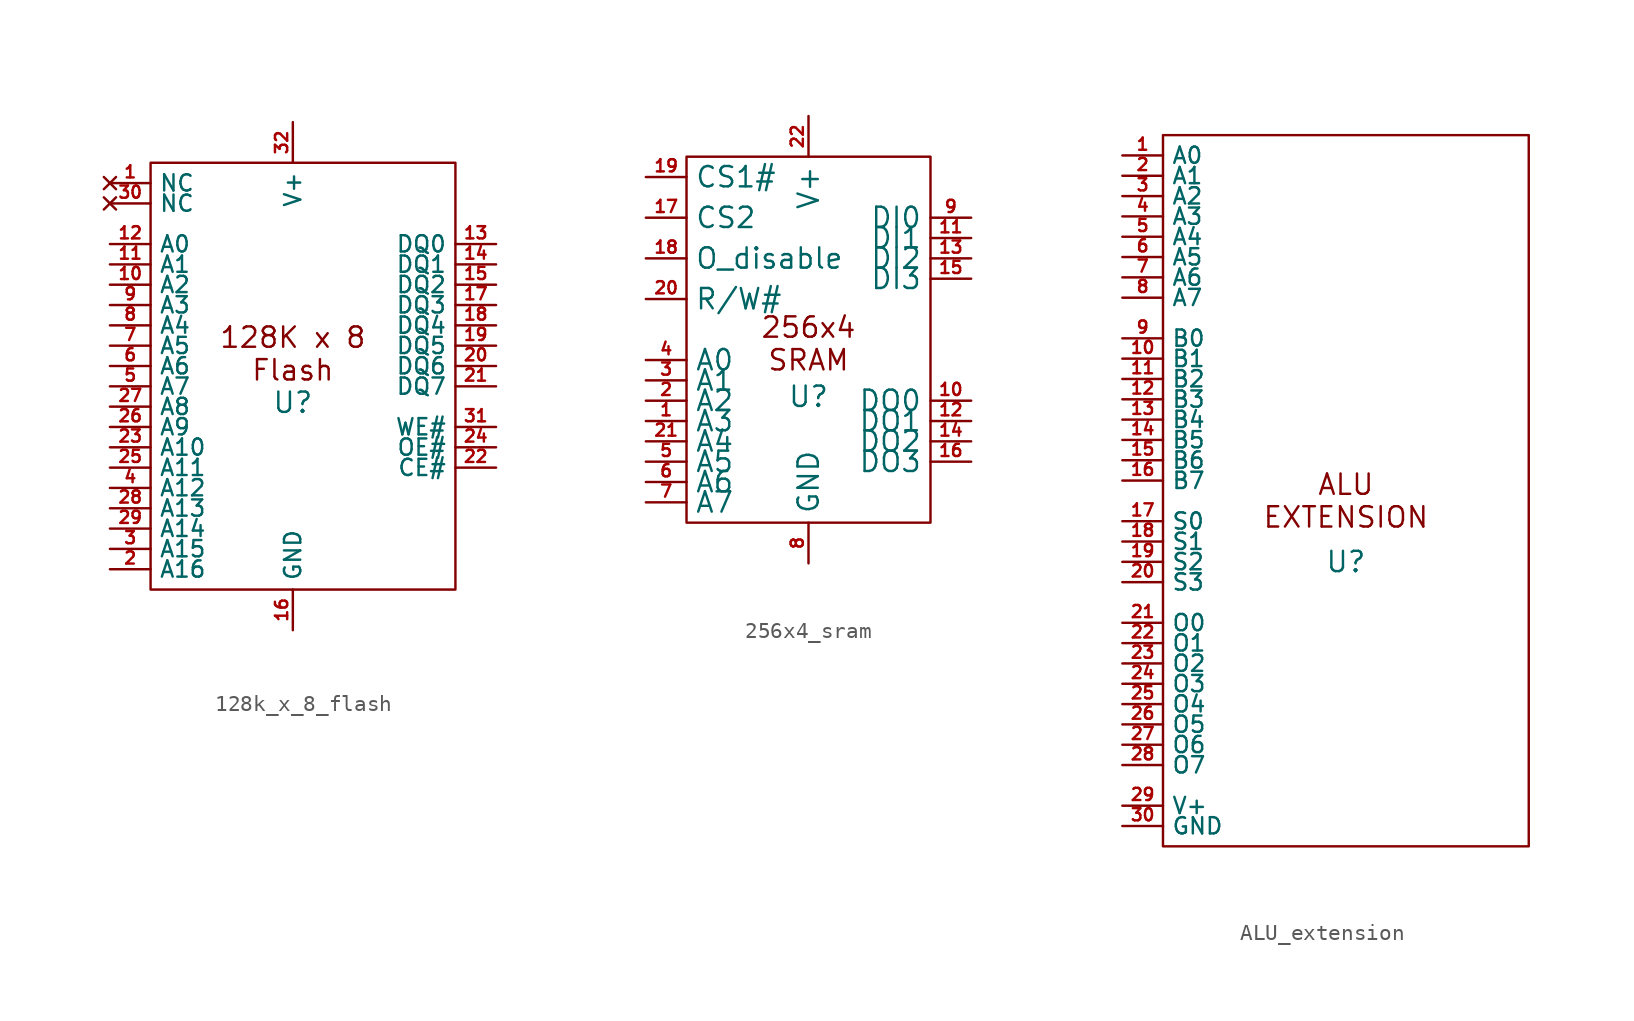
<source format=kicad_sym>
(kicad_symbol_lib
  (version 20231120)
  (generator "kicad_symbol_editor")
  (generator_version "8.0")
  (symbol "128k_x_8_flash"
    (property "Reference" "U"
      (at 0 -1.016 0)
      (effects (font (size 1.27 1.27))))
    (property "Value" ""
      (at -2.54 -3.81 0)
      (effects (font (size 1.27 1.27))))
    (symbol "128k_x_8_flash_0_1"
      (rectangle (start -8.89 13.97) (end 10.16 -12.7) (stroke (width 0) (type default)) (fill (type none))))
    (symbol "128k_x_8_flash_1_1"
      (text "128K x 8\nFlash" (at 0 2.032 0) (effects (font (size 1.27 1.27))))
      (pin no_connect line (at -11.43 12.7 0) (length 2.54) (name "NC" (effects (font (size 1.016 1.016)))) (number "1" (effects (font (size 0.762 0.762)))))
      (pin input line (at -11.43 6.35 0) (length 2.54) (name "A2" (effects (font (size 1.016 1.016)))) (number "10" (effects (font (size 0.762 0.762)))))
      (pin input line (at -11.43 7.62 0) (length 2.54) (name "A1" (effects (font (size 1.016 1.016)))) (number "11" (effects (font (size 0.762 0.762)))))
      (pin input line (at -11.43 8.89 0) (length 2.54) (name "A0" (effects (font (size 1.016 1.016)))) (number "12" (effects (font (size 0.762 0.762)))))
      (pin bidirectional line (at 12.7 8.89 180) (length 2.54) (name "DQ0" (effects (font (size 1.016 1.016)))) (number "13" (effects (font (size 0.762 0.762)))))
      (pin bidirectional line (at 12.7 7.62 180) (length 2.54) (name "DQ1" (effects (font (size 1.016 1.016)))) (number "14" (effects (font (size 0.762 0.762)))))
      (pin bidirectional line (at 12.7 6.35 180) (length 2.54) (name "DQ2" (effects (font (size 1.016 1.016)))) (number "15" (effects (font (size 0.762 0.762)))))
      (pin power_in line (at 0 -15.24 90) (length 2.54) (name "GND" (effects (font (size 1.016 1.016)))) (number "16" (effects (font (size 0.762 0.762)))))
      (pin bidirectional line (at 12.7 5.08 180) (length 2.54) (name "DQ3" (effects (font (size 1.016 1.016)))) (number "17" (effects (font (size 0.762 0.762)))))
      (pin bidirectional line (at 12.7 3.81 180) (length 2.54) (name "DQ4" (effects (font (size 1.016 1.016)))) (number "18" (effects (font (size 0.762 0.762)))))
      (pin bidirectional line (at 12.7 2.54 180) (length 2.54) (name "DQ5" (effects (font (size 1.016 1.016)))) (number "19" (effects (font (size 0.762 0.762)))))
      (pin input line (at -11.43 -11.43 0) (length 2.54) (name "A16" (effects (font (size 1.016 1.016)))) (number "2" (effects (font (size 0.762 0.762)))))
      (pin bidirectional line (at 12.7 1.27 180) (length 2.54) (name "DQ6" (effects (font (size 1.016 1.016)))) (number "20" (effects (font (size 0.762 0.762)))))
      (pin bidirectional line (at 12.7 0 180) (length 2.54) (name "DQ7" (effects (font (size 1.016 1.016)))) (number "21" (effects (font (size 0.762 0.762)))))
      (pin input line (at 12.7 -5.08 180) (length 2.54) (name "CE#" (effects (font (size 1.016 1.016)))) (number "22" (effects (font (size 0.762 0.762)))))
      (pin input line (at -11.43 -3.81 0) (length 2.54) (name "A10" (effects (font (size 1.016 1.016)))) (number "23" (effects (font (size 0.762 0.762)))))
      (pin input line (at 12.7 -3.81 180) (length 2.54) (name "OE#" (effects (font (size 1.016 1.016)))) (number "24" (effects (font (size 0.762 0.762)))))
      (pin input line (at -11.43 -5.08 0) (length 2.54) (name "A11" (effects (font (size 1.016 1.016)))) (number "25" (effects (font (size 0.762 0.762)))))
      (pin input line (at -11.43 -2.54 0) (length 2.54) (name "A9" (effects (font (size 1.016 1.016)))) (number "26" (effects (font (size 0.762 0.762)))))
      (pin input line (at -11.43 -1.27 0) (length 2.54) (name "A8" (effects (font (size 1.016 1.016)))) (number "27" (effects (font (size 0.762 0.762)))))
      (pin input line (at -11.43 -7.62 0) (length 2.54) (name "A13" (effects (font (size 1.016 1.016)))) (number "28" (effects (font (size 0.762 0.762)))))
      (pin input line (at -11.43 -8.89 0) (length 2.54) (name "A14" (effects (font (size 1.016 1.016)))) (number "29" (effects (font (size 0.762 0.762)))))
      (pin input line (at -11.43 -10.16 0) (length 2.54) (name "A15" (effects (font (size 1.016 1.016)))) (number "3" (effects (font (size 0.762 0.762)))))
      (pin no_connect line (at -11.43 11.43 0) (length 2.54) (name "NC" (effects (font (size 1.016 1.016)))) (number "30" (effects (font (size 0.762 0.762)))))
      (pin input line (at 12.7 -2.54 180) (length 2.54) (name "WE#" (effects (font (size 1.016 1.016)))) (number "31" (effects (font (size 0.762 0.762)))))
      (pin power_in line (at 0 16.51 270) (length 2.54) (name "V+" (effects (font (size 1.016 1.016)))) (number "32" (effects (font (size 0.762 0.762)))))
      (pin input line (at -11.43 -6.35 0) (length 2.54) (name "A12" (effects (font (size 1.016 1.016)))) (number "4" (effects (font (size 0.762 0.762)))))
      (pin input line (at -11.43 0 0) (length 2.54) (name "A7" (effects (font (size 1.016 1.016)))) (number "5" (effects (font (size 0.762 0.762)))))
      (pin input line (at -11.43 1.27 0) (length 2.54) (name "A6" (effects (font (size 1.016 1.016)))) (number "6" (effects (font (size 0.762 0.762)))))
      (pin input line (at -11.43 2.54 0) (length 2.54) (name "A5" (effects (font (size 1.016 1.016)))) (number "7" (effects (font (size 0.762 0.762)))))
      (pin input line (at -11.43 3.81 0) (length 2.54) (name "A4" (effects (font (size 1.016 1.016)))) (number "8" (effects (font (size 0.762 0.762)))))
      (pin input line (at -11.43 5.08 0) (length 2.54) (name "A3" (effects (font (size 1.016 1.016)))) (number "9" (effects (font (size 0.762 0.762)))))))
  (symbol "256x4_sram"
    (property "Reference" "U"
      (at 0 -3.556 0)
      (effects (font (size 1.27 1.27))))
    (property "Value" ""
      (at 0 -11.43 0)
      (effects (font (size 1.27 1.27))))
    (symbol "256x4_sram_0_1"
      (rectangle (start -7.62 11.43) (end 7.62 -11.43) (stroke (width 0) (type default)) (fill (type none))))
    (symbol "256x4_sram_1_1"
      (text "256x4\nSRAM" (at 0 -0.254 0) (effects (font (size 1.27 1.27))))
      (pin input line (at -10.16 -5.08 0) (length 2.54) (name "A3" (effects (font (size 1.27 1.27)))) (number "1" (effects (font (size 0.762 0.762)))))
      (pin output line (at 10.16 -3.81 180) (length 2.54) (name "DO0" (effects (font (size 1.27 1.27)))) (number "10" (effects (font (size 0.762 0.762)))))
      (pin input line (at 10.16 6.35 180) (length 2.54) (name "DI1" (effects (font (size 1.27 1.27)))) (number "11" (effects (font (size 0.762 0.762)))))
      (pin output line (at 10.16 -5.08 180) (length 2.54) (name "DO1" (effects (font (size 1.27 1.27)))) (number "12" (effects (font (size 0.762 0.762)))))
      (pin input line (at 10.16 5.08 180) (length 2.54) (name "DI2" (effects (font (size 1.27 1.27)))) (number "13" (effects (font (size 0.762 0.762)))))
      (pin output line (at 10.16 -6.35 180) (length 2.54) (name "DO2" (effects (font (size 1.27 1.27)))) (number "14" (effects (font (size 0.762 0.762)))))
      (pin input line (at 10.16 3.81 180) (length 2.54) (name "DI3" (effects (font (size 1.27 1.27)))) (number "15" (effects (font (size 0.762 0.762)))))
      (pin output line (at 10.16 -7.62 180) (length 2.54) (name "DO3" (effects (font (size 1.27 1.27)))) (number "16" (effects (font (size 0.762 0.762)))))
      (pin input line (at -10.16 7.62 0) (length 2.54) (name "CS2" (effects (font (size 1.27 1.27)))) (number "17" (effects (font (size 0.762 0.762)))))
      (pin input line (at -10.16 5.08 0) (length 2.54) (name "O_disable" (effects (font (size 1.27 1.27)))) (number "18" (effects (font (size 0.762 0.762)))))
      (pin input line (at -10.16 10.16 0) (length 2.54) (name "CS1#" (effects (font (size 1.27 1.27)))) (number "19" (effects (font (size 0.762 0.762)))))
      (pin input line (at -10.16 -3.81 0) (length 2.54) (name "A2" (effects (font (size 1.27 1.27)))) (number "2" (effects (font (size 0.762 0.762)))))
      (pin input line (at -10.16 2.54 0) (length 2.54) (name "R/W#" (effects (font (size 1.27 1.27)))) (number "20" (effects (font (size 0.762 0.762)))))
      (pin input line (at -10.16 -6.35 0) (length 2.54) (name "A4" (effects (font (size 1.27 1.27)))) (number "21" (effects (font (size 0.762 0.762)))))
      (pin power_in line (at 0 13.97 270) (length 2.54) (name "V+" (effects (font (size 1.27 1.27)))) (number "22" (effects (font (size 0.762 0.762)))))
      (pin input line (at -10.16 -2.54 0) (length 2.54) (name "A1" (effects (font (size 1.27 1.27)))) (number "3" (effects (font (size 0.762 0.762)))))
      (pin input line (at -10.16 -1.27 0) (length 2.54) (name "A0" (effects (font (size 1.27 1.27)))) (number "4" (effects (font (size 0.762 0.762)))))
      (pin input line (at -10.16 -7.62 0) (length 2.54) (name "A5" (effects (font (size 1.27 1.27)))) (number "5" (effects (font (size 0.762 0.762)))))
      (pin input line (at -10.16 -8.89 0) (length 2.54) (name "A6" (effects (font (size 1.27 1.27)))) (number "6" (effects (font (size 0.762 0.762)))))
      (pin input line (at -10.16 -10.16 0) (length 2.54) (name "A7" (effects (font (size 1.27 1.27)))) (number "7" (effects (font (size 0.762 0.762)))))
      (pin power_in line (at 0 -13.97 90) (length 2.54) (name "GND" (effects (font (size 1.27 1.27)))) (number "8" (effects (font (size 0.762 0.762)))))
      (pin input line (at 10.16 7.62 180) (length 2.54) (name "DI0" (effects (font (size 1.27 1.27)))) (number "9" (effects (font (size 0.762 0.762)))))))
  (symbol "ALU_extension"
    (property "Reference" "U"
      (at 0 -3.81 0)
      (effects (font (size 1.27 1.27))))
    (property "Value" ""
      (at -1.27 2.54 0)
      (effects (font (size 1.27 1.27))))
    (symbol "ALU_extension_0_1"
      (rectangle (start -11.43 22.86) (end 11.43 -21.59) (stroke (width 0) (type default)) (fill (type none))))
    (symbol "ALU_extension_1_1"
      (text "ALU\nEXTENSION" (at 0 0 0) (effects (font (size 1.27 1.27))))
      (pin input line (at -13.97 21.59 0) (length 2.54) (name "A0" (effects (font (size 1.016 1.016)))) (number "1" (effects (font (size 0.762 0.762)))))
      (pin input line (at -13.97 8.89 0) (length 2.54) (name "B1" (effects (font (size 1.016 1.016)))) (number "10" (effects (font (size 0.762 0.762)))))
      (pin input line (at -13.97 7.62 0) (length 2.54) (name "B2" (effects (font (size 1.016 1.016)))) (number "11" (effects (font (size 0.762 0.762)))))
      (pin input line (at -13.97 6.35 0) (length 2.54) (name "B3" (effects (font (size 1.016 1.016)))) (number "12" (effects (font (size 0.762 0.762)))))
      (pin input line (at -13.97 5.08 0) (length 2.54) (name "B4" (effects (font (size 1.016 1.016)))) (number "13" (effects (font (size 0.762 0.762)))))
      (pin input line (at -13.97 3.81 0) (length 2.54) (name "B5" (effects (font (size 1.016 1.016)))) (number "14" (effects (font (size 0.762 0.762)))))
      (pin input line (at -13.97 2.54 0) (length 2.54) (name "B6" (effects (font (size 1.016 1.016)))) (number "15" (effects (font (size 0.762 0.762)))))
      (pin input line (at -13.97 1.27 0) (length 2.54) (name "B7" (effects (font (size 1.016 1.016)))) (number "16" (effects (font (size 0.762 0.762)))))
      (pin input line (at -13.97 -1.27 0) (length 2.54) (name "S0" (effects (font (size 1.016 1.016)))) (number "17" (effects (font (size 0.762 0.762)))))
      (pin input line (at -13.97 -2.54 0) (length 2.54) (name "S1" (effects (font (size 1.016 1.016)))) (number "18" (effects (font (size 0.762 0.762)))))
      (pin input line (at -13.97 -3.81 0) (length 2.54) (name "S2" (effects (font (size 1.016 1.016)))) (number "19" (effects (font (size 0.762 0.762)))))
      (pin input line (at -13.97 20.32 0) (length 2.54) (name "A1" (effects (font (size 1.016 1.016)))) (number "2" (effects (font (size 0.762 0.762)))))
      (pin input line (at -13.97 -5.08 0) (length 2.54) (name "S3" (effects (font (size 1.016 1.016)))) (number "20" (effects (font (size 0.762 0.762)))))
      (pin output line (at -13.97 -7.62 0) (length 2.54) (name "O0" (effects (font (size 1.016 1.016)))) (number "21" (effects (font (size 0.762 0.762)))))
      (pin output line (at -13.97 -8.89 0) (length 2.54) (name "O1" (effects (font (size 1.016 1.016)))) (number "22" (effects (font (size 0.762 0.762)))))
      (pin output line (at -13.97 -10.16 0) (length 2.54) (name "O2" (effects (font (size 1.016 1.016)))) (number "23" (effects (font (size 0.762 0.762)))))
      (pin output line (at -13.97 -11.43 0) (length 2.54) (name "O3" (effects (font (size 1.016 1.016)))) (number "24" (effects (font (size 0.762 0.762)))))
      (pin output line (at -13.97 -12.7 0) (length 2.54) (name "O4" (effects (font (size 1.016 1.016)))) (number "25" (effects (font (size 0.762 0.762)))))
      (pin output line (at -13.97 -13.97 0) (length 2.54) (name "O5" (effects (font (size 1.016 1.016)))) (number "26" (effects (font (size 0.762 0.762)))))
      (pin output line (at -13.97 -15.24 0) (length 2.54) (name "O6" (effects (font (size 1.016 1.016)))) (number "27" (effects (font (size 0.762 0.762)))))
      (pin output line (at -13.97 -16.51 0) (length 2.54) (name "O7" (effects (font (size 1.016 1.016)))) (number "28" (effects (font (size 0.762 0.762)))))
      (pin power_in line (at -13.97 -19.05 0) (length 2.54) (name "V+" (effects (font (size 1.016 1.016)))) (number "29" (effects (font (size 0.762 0.762)))))
      (pin input line (at -13.97 19.05 0) (length 2.54) (name "A2" (effects (font (size 1.016 1.016)))) (number "3" (effects (font (size 0.762 0.762)))))
      (pin power_in line (at -13.97 -20.32 0) (length 2.54) (name "GND" (effects (font (size 1.016 1.016)))) (number "30" (effects (font (size 0.762 0.762)))))
      (pin input line (at -13.97 17.78 0) (length 2.54) (name "A3" (effects (font (size 1.016 1.016)))) (number "4" (effects (font (size 0.762 0.762)))))
      (pin input line (at -13.97 16.51 0) (length 2.54) (name "A4" (effects (font (size 1.016 1.016)))) (number "5" (effects (font (size 0.762 0.762)))))
      (pin input line (at -13.97 15.24 0) (length 2.54) (name "A5" (effects (font (size 1.016 1.016)))) (number "6" (effects (font (size 0.762 0.762)))))
      (pin input line (at -13.97 13.97 0) (length 2.54) (name "A6" (effects (font (size 1.016 1.016)))) (number "7" (effects (font (size 0.762 0.762)))))
      (pin input line (at -13.97 12.7 0) (length 2.54) (name "A7" (effects (font (size 1.016 1.016)))) (number "8" (effects (font (size 0.762 0.762)))))
      (pin input line (at -13.97 10.16 0) (length 2.54) (name "B0" (effects (font (size 1.016 1.016)))) (number "9" (effects (font (size 0.762 0.762))))))))
</source>
